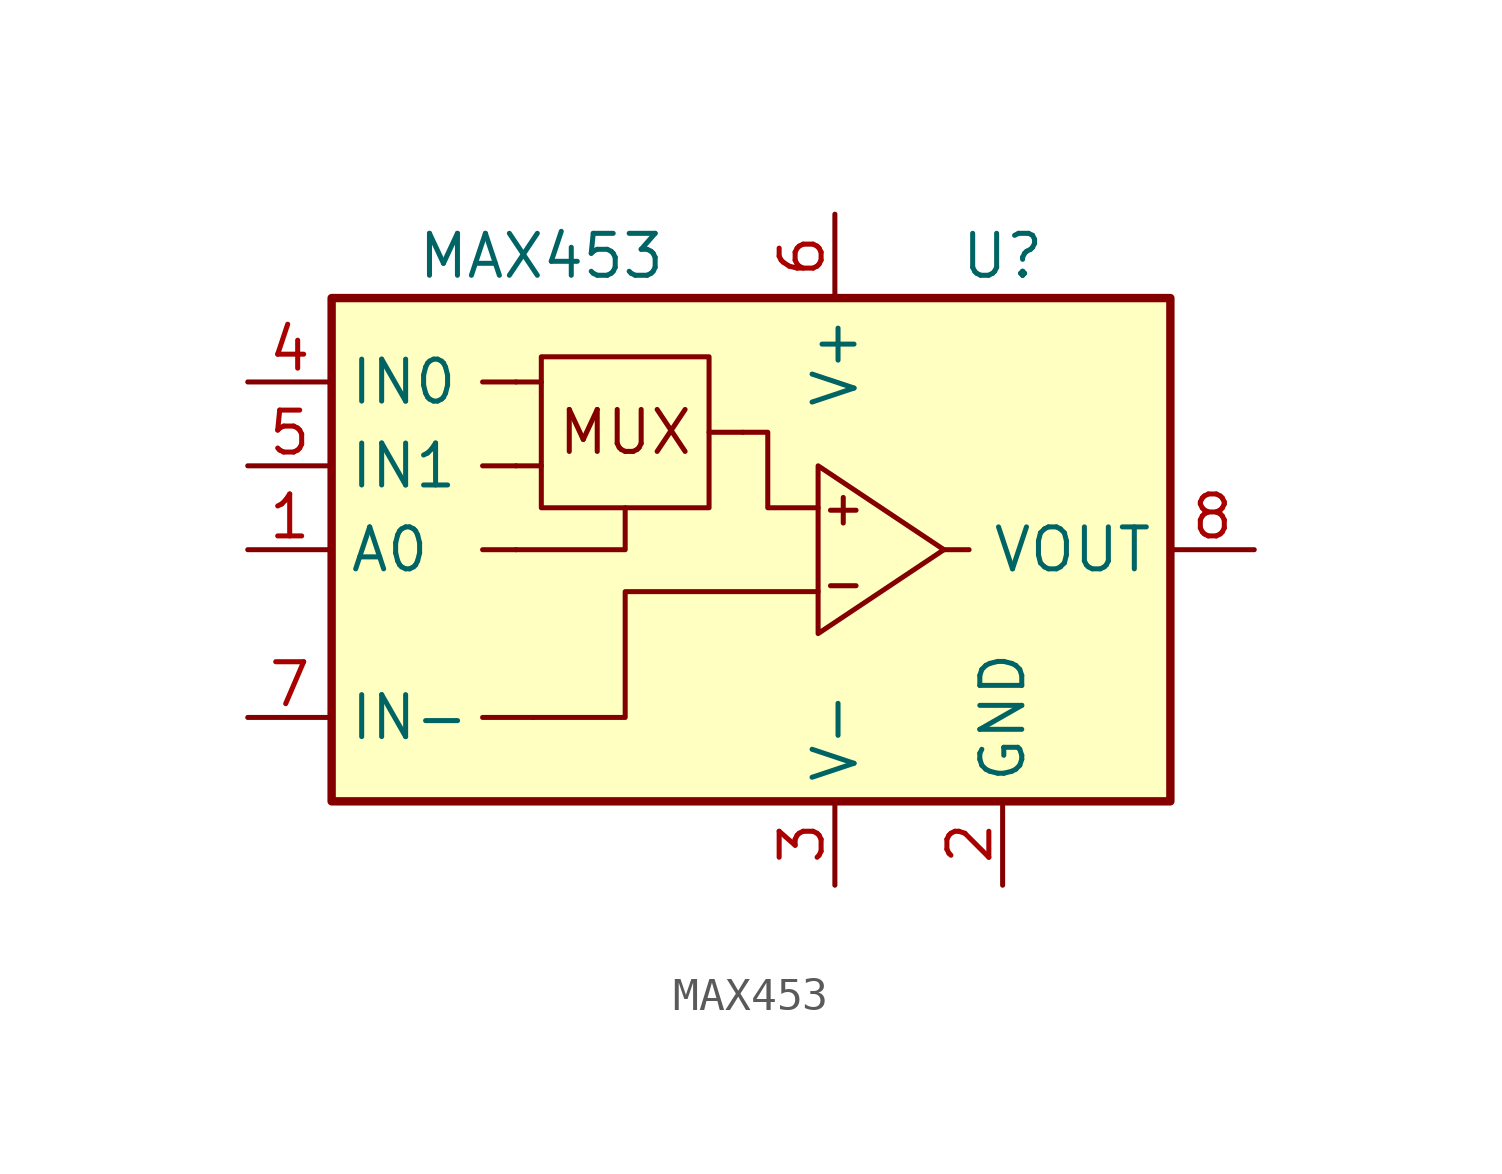
<source format=kicad_sym>
(kicad_symbol_lib
  (version 20201005)
  (generator kicad_symbol_editor)
  (symbol "Amplifier_Video:MAX453"
    (property "Reference" "U"
      (at 7.62 8.89 0)
      (effects (font (size 1.27 1.27))))
    (property "Value" "MAX453"
      (at -6.35 8.89 0)
      (effects (font (size 1.27 1.27))))
    (symbol "MAX453_0_0"
      (text "+" (at 2.794 1.27 0) (effects (font (size 1.016 1.016))))
      (text "-" (at 2.794 -1.016 0) (effects (font (size 1.016 1.016))))
      (text "MUX" (at -3.81 3.556 0) (effects (font (size 1.27 1.27))))
      (rectangle (start -12.7 7.62) (end 12.7 -7.62) (stroke (width 0.254)) (fill (type background)))
      (rectangle (start -6.35 5.842) (end -1.27 1.27) (stroke (width 0)) (fill (type none)))
      (polyline (pts (xy -6.35 2.54) (xy -7.112 2.54)) (stroke (width 0)) (fill (type none)))
      (polyline (pts (xy -6.35 5.08) (xy -7.112 5.08)) (stroke (width 0)) (fill (type none)))
      (polyline (pts (xy -1.27 3.556) (xy -0.254 3.556)) (stroke (width 0)) (fill (type none)))
      (polyline (pts (xy -3.81 1.27) (xy -3.81 0) (xy -7.112 0)) (stroke (width 0)) (fill (type none)))
      (polyline (pts (xy 2.032 1.27) (xy 0.508 1.27) (xy 0.508 3.556) (xy -0.254 3.556)) (stroke (width 0)) (fill (type none)))
      (polyline (pts (xy 5.842 0) (xy 2.032 2.54) (xy 2.032 -2.54) (xy 5.842 0)) (stroke (width 0)) (fill (type none)))
      (polyline (pts (xy 2.032 -1.27) (xy 0.508 -1.27) (xy -3.81 -1.27) (xy -3.81 -5.08) (xy -6.604 -5.08)) (stroke (width 0)) (fill (type none))))
    (symbol "MAX453_0_1"
      (polyline (pts (xy -8.128 2.54) (xy -7.112 2.54)) (stroke (width 0)) (fill (type none)))
      (polyline (pts (xy -7.112 0) (xy -8.128 0)) (stroke (width 0)) (fill (type none)))
      (polyline (pts (xy -7.112 5.08) (xy -8.128 5.08)) (stroke (width 0)) (fill (type none)))
      (polyline (pts (xy -6.604 -5.08) (xy -8.128 -5.08)) (stroke (width 0)) (fill (type none)))
      (polyline (pts (xy 5.842 0) (xy 6.604 0)) (stroke (width 0)) (fill (type none))))
    (symbol "MAX453_1_1"
      (pin input line (at -15.24 0 0) (length 2.54) (name "A0" (effects (font (size 1.27 1.27)))) (number "1" (effects (font (size 1.27 1.27)))))
      (pin power_in line (at 7.62 -10.16 90) (length 2.54) (name "GND" (effects (font (size 1.27 1.27)))) (number "2" (effects (font (size 1.27 1.27)))))
      (pin power_in line (at 2.54 -10.16 90) (length 2.54) (name "V-" (effects (font (size 1.27 1.27)))) (number "3" (effects (font (size 1.27 1.27)))))
      (pin input line (at -15.24 5.08 0) (length 2.54) (name "IN0" (effects (font (size 1.27 1.27)))) (number "4" (effects (font (size 1.27 1.27)))))
      (pin input line (at -15.24 2.54 0) (length 2.54) (name "IN1" (effects (font (size 1.27 1.27)))) (number "5" (effects (font (size 1.27 1.27)))))
      (pin power_in line (at 2.54 10.16 270) (length 2.54) (name "V+" (effects (font (size 1.27 1.27)))) (number "6" (effects (font (size 1.27 1.27)))))
      (pin input line (at -15.24 -5.08 0) (length 2.54) (name "IN-" (effects (font (size 1.27 1.27)))) (number "7" (effects (font (size 1.27 1.27)))))
      (pin output line (at 15.24 0 180) (length 2.54) (name "VOUT" (effects (font (size 1.27 1.27)))) (number "8" (effects (font (size 1.27 1.27))))))))
</source>
